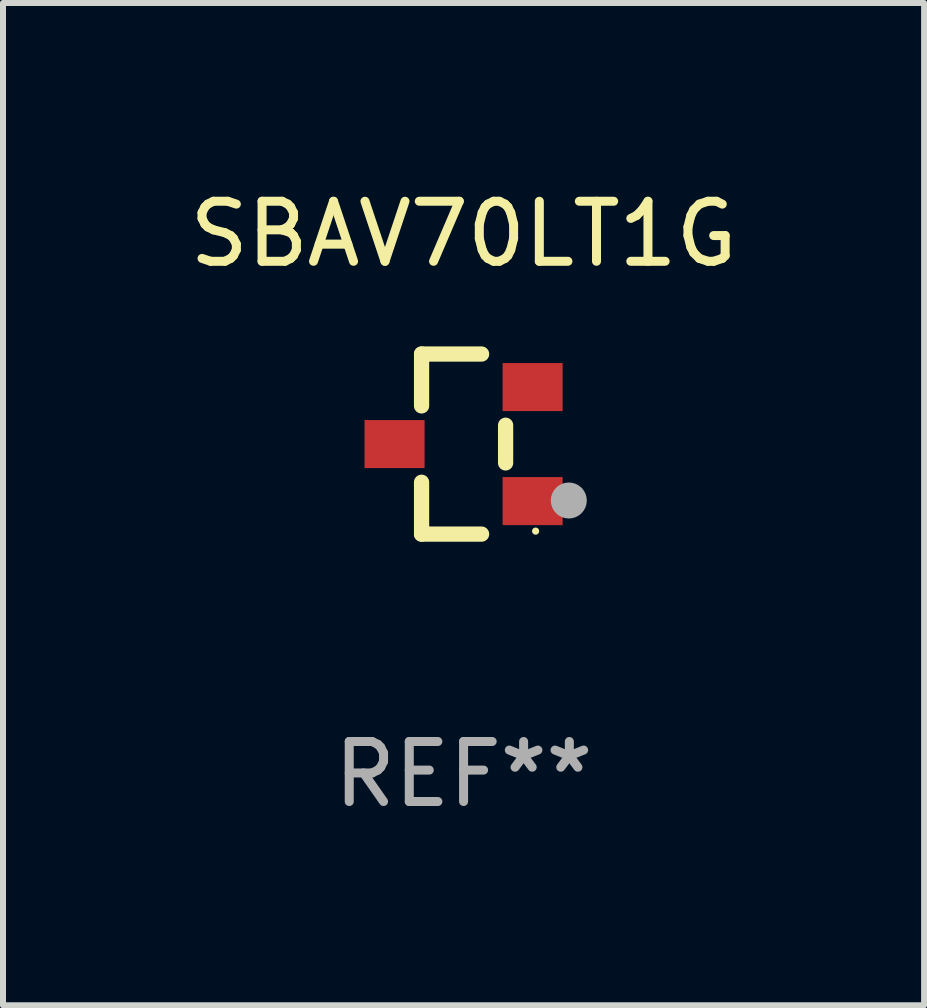
<source format=kicad_pcb>
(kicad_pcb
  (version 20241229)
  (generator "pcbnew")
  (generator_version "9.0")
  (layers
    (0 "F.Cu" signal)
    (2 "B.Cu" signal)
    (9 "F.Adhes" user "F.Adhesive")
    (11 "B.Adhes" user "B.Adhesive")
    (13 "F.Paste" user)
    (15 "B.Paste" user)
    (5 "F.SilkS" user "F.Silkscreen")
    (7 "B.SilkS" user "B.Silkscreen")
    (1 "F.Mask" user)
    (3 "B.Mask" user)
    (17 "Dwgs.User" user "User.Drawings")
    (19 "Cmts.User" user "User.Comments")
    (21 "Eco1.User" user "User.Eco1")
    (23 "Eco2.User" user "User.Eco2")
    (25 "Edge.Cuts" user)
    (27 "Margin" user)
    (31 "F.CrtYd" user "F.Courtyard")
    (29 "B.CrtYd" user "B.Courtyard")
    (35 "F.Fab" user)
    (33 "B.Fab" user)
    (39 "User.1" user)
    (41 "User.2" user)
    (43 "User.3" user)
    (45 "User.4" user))
  (footprint "SBAV70LT1G"
    (layer "F.Cu")
    (at 4.673 4.348)
    (property "Reference" "SBAV70LT1G" (at 0 -3.5 0) (layer "F.SilkS") (effects (font (size 1 1) (thickness 0.15))))
    (attr through_hole)
    (fp_line (start -0.7 -1.5) (end 0.3 -1.5) (stroke (width 0.254) (type solid)) (layer "F.SilkS"))
    (fp_line (start -0.7 -0.636) (end -0.7 -1.5) (stroke (width 0.254) (type solid)) (layer "F.SilkS"))
    (fp_line (start -0.7 1.5) (end -0.7 0.636) (stroke (width 0.254) (type solid)) (layer "F.SilkS"))
    (fp_line (start -0.7 1.5) (end 0.3 1.5) (stroke (width 0.254) (type solid)) (layer "F.SilkS"))
    (fp_line (start 0.7 0.314) (end 0.7 -0.314) (stroke (width 0.254) (type solid)) (layer "F.SilkS"))
    (fp_circle (center 1.2 1.45) (end 1.23 1.45) (stroke (width 0.06) (type solid)) (fill no) (layer "F.SilkS"))
    (fp_circle (center 1.753 0.94) (end 1.903 0.94) (stroke (width 0.3) (type solid)) (fill no) (layer "F.Fab"))
    (fp_text user "REF**" (at 0 5.5 0) (layer "F.Fab") (effects (font (size 1 1) (thickness 0.15))))
    (pad "1" smd rect (at 1.15 0.95 180) (size 1 0.8) (layers "F.Cu" "F.Mask" "F.Paste"))
    (pad "2" smd rect (at 1.15 -0.95 180) (size 1 0.8) (layers "F.Cu" "F.Mask" "F.Paste"))
    (pad "3" smd rect (at -1.15 -0.000051 180) (size 1 0.8) (layers "F.Cu" "F.Mask" "F.Paste")))
  (gr_rect
    (start -3 -3)
    (end 12.345 13.697)
    (stroke (width 0.1) (type default))
    (fill no)
    (layer "Edge.Cuts")))
</source>
